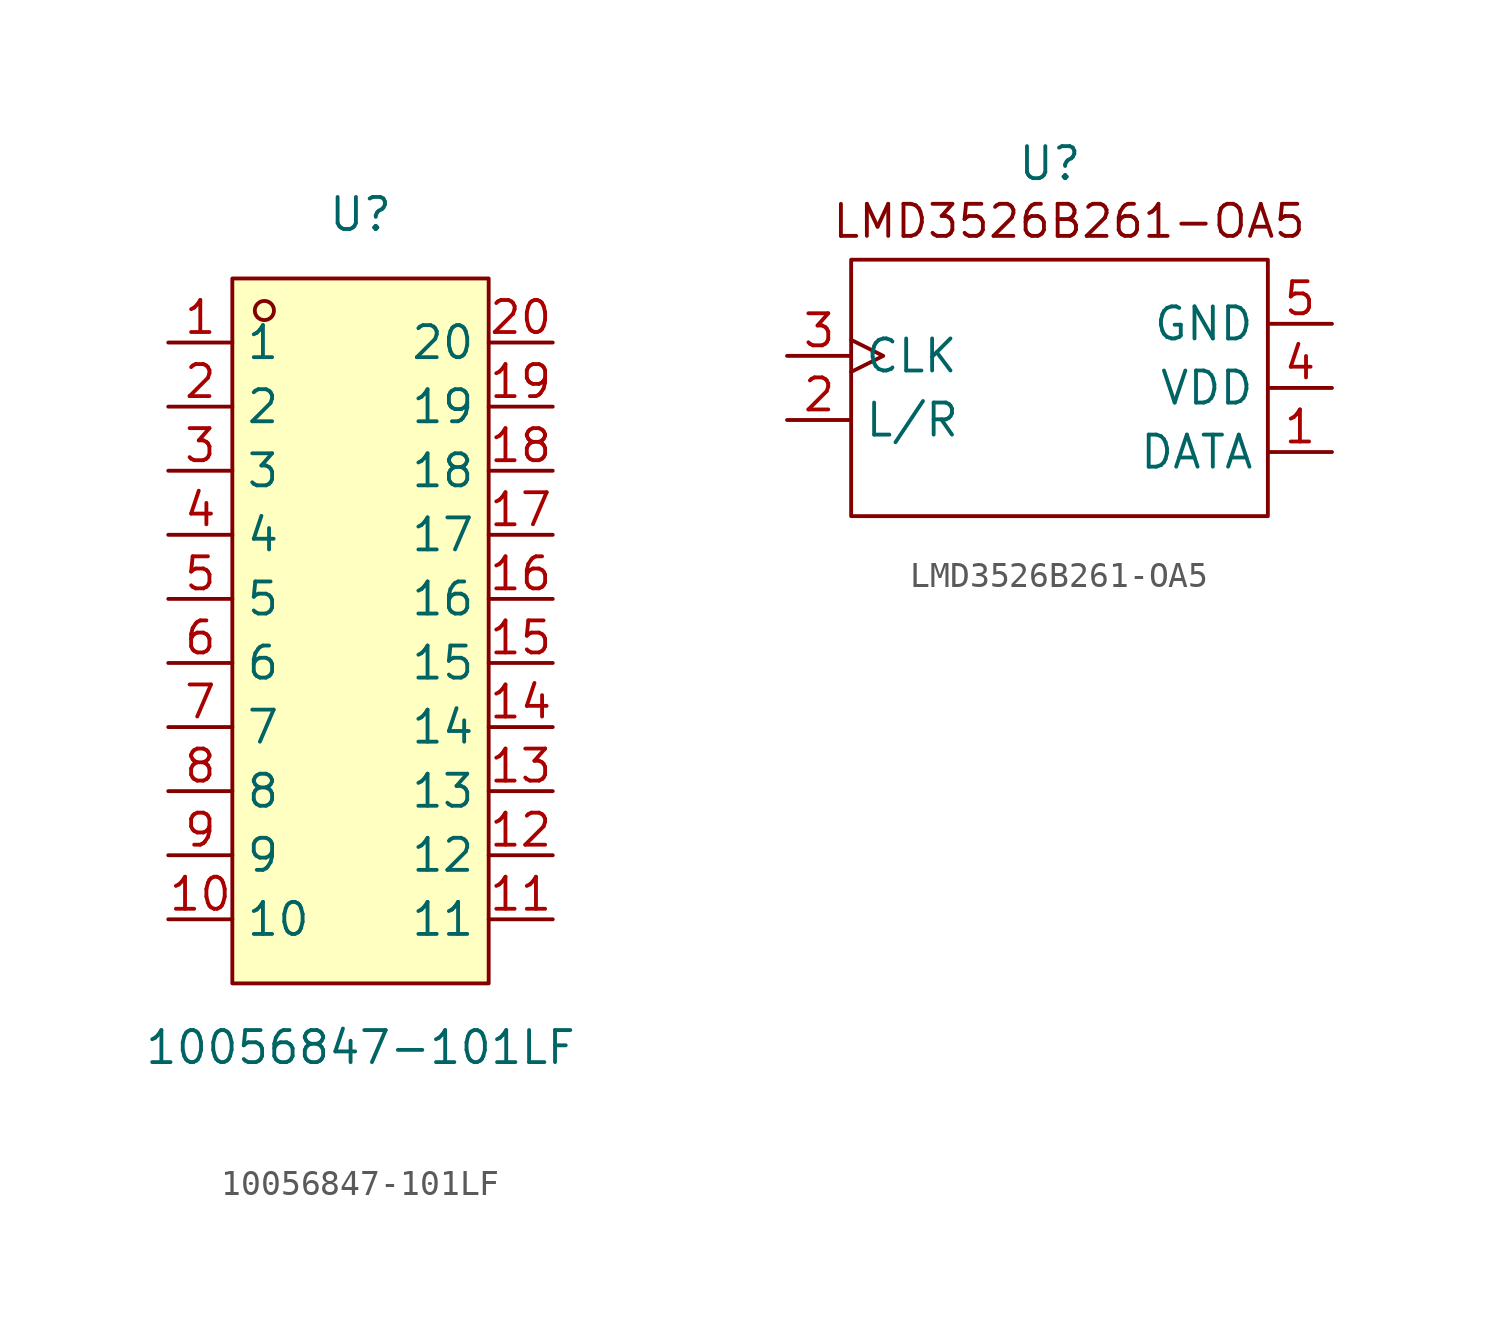
<source format=kicad_sym>
(kicad_symbol_lib
  (version 20241209)
  (generator "kicad_symbol_editor")
  (generator_version "9.0")
  (symbol "10056847-101LF"
    (property "Reference" "U"
      (at 0 16.51 0)
      (effects (font (size 1.27 1.27))))
    (property "Value" "10056847-101LF"
      (at 0 -16.51 0)
      (effects (font (size 1.27 1.27))))
    (symbol "10056847-101LF_0_1"
      (rectangle (start -5.08 13.97) (end 5.08 -13.97) (stroke (width 0) (type default)) (fill (type background)))
      (circle (center -3.81 12.7) (radius 0.38) (stroke (width 0) (type default)) (fill (type none)))
      (pin unspecified line (at -7.62 11.43 0) (length 2.54) (name "1" (effects (font (size 1.27 1.27)))) (number "1" (effects (font (size 1.27 1.27)))))
      (pin unspecified line (at -7.62 8.89 0) (length 2.54) (name "2" (effects (font (size 1.27 1.27)))) (number "2" (effects (font (size 1.27 1.27)))))
      (pin unspecified line (at -7.62 6.35 0) (length 2.54) (name "3" (effects (font (size 1.27 1.27)))) (number "3" (effects (font (size 1.27 1.27)))))
      (pin unspecified line (at -7.62 3.81 0) (length 2.54) (name "4" (effects (font (size 1.27 1.27)))) (number "4" (effects (font (size 1.27 1.27)))))
      (pin unspecified line (at -7.62 1.27 0) (length 2.54) (name "5" (effects (font (size 1.27 1.27)))) (number "5" (effects (font (size 1.27 1.27)))))
      (pin unspecified line (at -7.62 -1.27 0) (length 2.54) (name "6" (effects (font (size 1.27 1.27)))) (number "6" (effects (font (size 1.27 1.27)))))
      (pin unspecified line (at -7.62 -3.81 0) (length 2.54) (name "7" (effects (font (size 1.27 1.27)))) (number "7" (effects (font (size 1.27 1.27)))))
      (pin unspecified line (at -7.62 -6.35 0) (length 2.54) (name "8" (effects (font (size 1.27 1.27)))) (number "8" (effects (font (size 1.27 1.27)))))
      (pin unspecified line (at -7.62 -8.89 0) (length 2.54) (name "9" (effects (font (size 1.27 1.27)))) (number "9" (effects (font (size 1.27 1.27)))))
      (pin unspecified line (at -7.62 -11.43 0) (length 2.54) (name "10" (effects (font (size 1.27 1.27)))) (number "10" (effects (font (size 1.27 1.27)))))
      (pin unspecified line (at 7.62 11.43 180) (length 2.54) (name "20" (effects (font (size 1.27 1.27)))) (number "20" (effects (font (size 1.27 1.27)))))
      (pin unspecified line (at 7.62 8.89 180) (length 2.54) (name "19" (effects (font (size 1.27 1.27)))) (number "19" (effects (font (size 1.27 1.27)))))
      (pin unspecified line (at 7.62 6.35 180) (length 2.54) (name "18" (effects (font (size 1.27 1.27)))) (number "18" (effects (font (size 1.27 1.27)))))
      (pin unspecified line (at 7.62 3.81 180) (length 2.54) (name "17" (effects (font (size 1.27 1.27)))) (number "17" (effects (font (size 1.27 1.27)))))
      (pin unspecified line (at 7.62 1.27 180) (length 2.54) (name "16" (effects (font (size 1.27 1.27)))) (number "16" (effects (font (size 1.27 1.27)))))
      (pin unspecified line (at 7.62 -1.27 180) (length 2.54) (name "15" (effects (font (size 1.27 1.27)))) (number "15" (effects (font (size 1.27 1.27)))))
      (pin unspecified line (at 7.62 -3.81 180) (length 2.54) (name "14" (effects (font (size 1.27 1.27)))) (number "14" (effects (font (size 1.27 1.27)))))
      (pin unspecified line (at 7.62 -6.35 180) (length 2.54) (name "13" (effects (font (size 1.27 1.27)))) (number "13" (effects (font (size 1.27 1.27)))))
      (pin unspecified line (at 7.62 -8.89 180) (length 2.54) (name "12" (effects (font (size 1.27 1.27)))) (number "12" (effects (font (size 1.27 1.27)))))
      (pin unspecified line (at 7.62 -11.43 180) (length 2.54) (name "11" (effects (font (size 1.27 1.27)))) (number "11" (effects (font (size 1.27 1.27)))))))
  (symbol "LMD3526B261-OA5"
    (property "Reference" "U"
      (at 7.874 11.43 0)
      (effects (font (size 1.27 1.27))))
    (property "Value" ""
      (at 0 0 0)
      (effects (font (size 1.27 1.27))))
    (symbol "LMD3526B261-OA5_0_0"
      (pin unspecified clock (at -2.54 3.81 0) (length 2.54) (name "CLK" (effects (font (size 1.27 1.27)))) (number "3" (effects (font (size 1.27 1.27)))))
      (pin unspecified line (at -2.54 1.27 0) (length 2.54) (name "L/R" (effects (font (size 1.27 1.27)))) (number "2" (effects (font (size 1.27 1.27)))))
      (pin unspecified line (at 19.05 5.08 180) (length 2.54) (name "GND" (effects (font (size 1.27 1.27)))) (number "5" (effects (font (size 1.27 1.27)))))
      (pin unspecified line (at 19.05 2.54 180) (length 2.54) (name "VDD" (effects (font (size 1.27 1.27)))) (number "4" (effects (font (size 1.27 1.27)))))
      (pin unspecified line (at 19.05 0 180) (length 2.54) (name "DATA" (effects (font (size 1.27 1.27)))) (number "1" (effects (font (size 1.27 1.27))))))
    (symbol "LMD3526B261-OA5_0_1"
      (rectangle (start 0 7.62) (end 16.51 -2.54) (stroke (width 0) (type default)) (fill (type none))))
    (symbol "LMD3526B261-OA5_1_1"
      (text "LMD3526B261-OA5" (at 8.636 9.144 0) (effects (font (size 1.27 1.27)))))))
</source>
